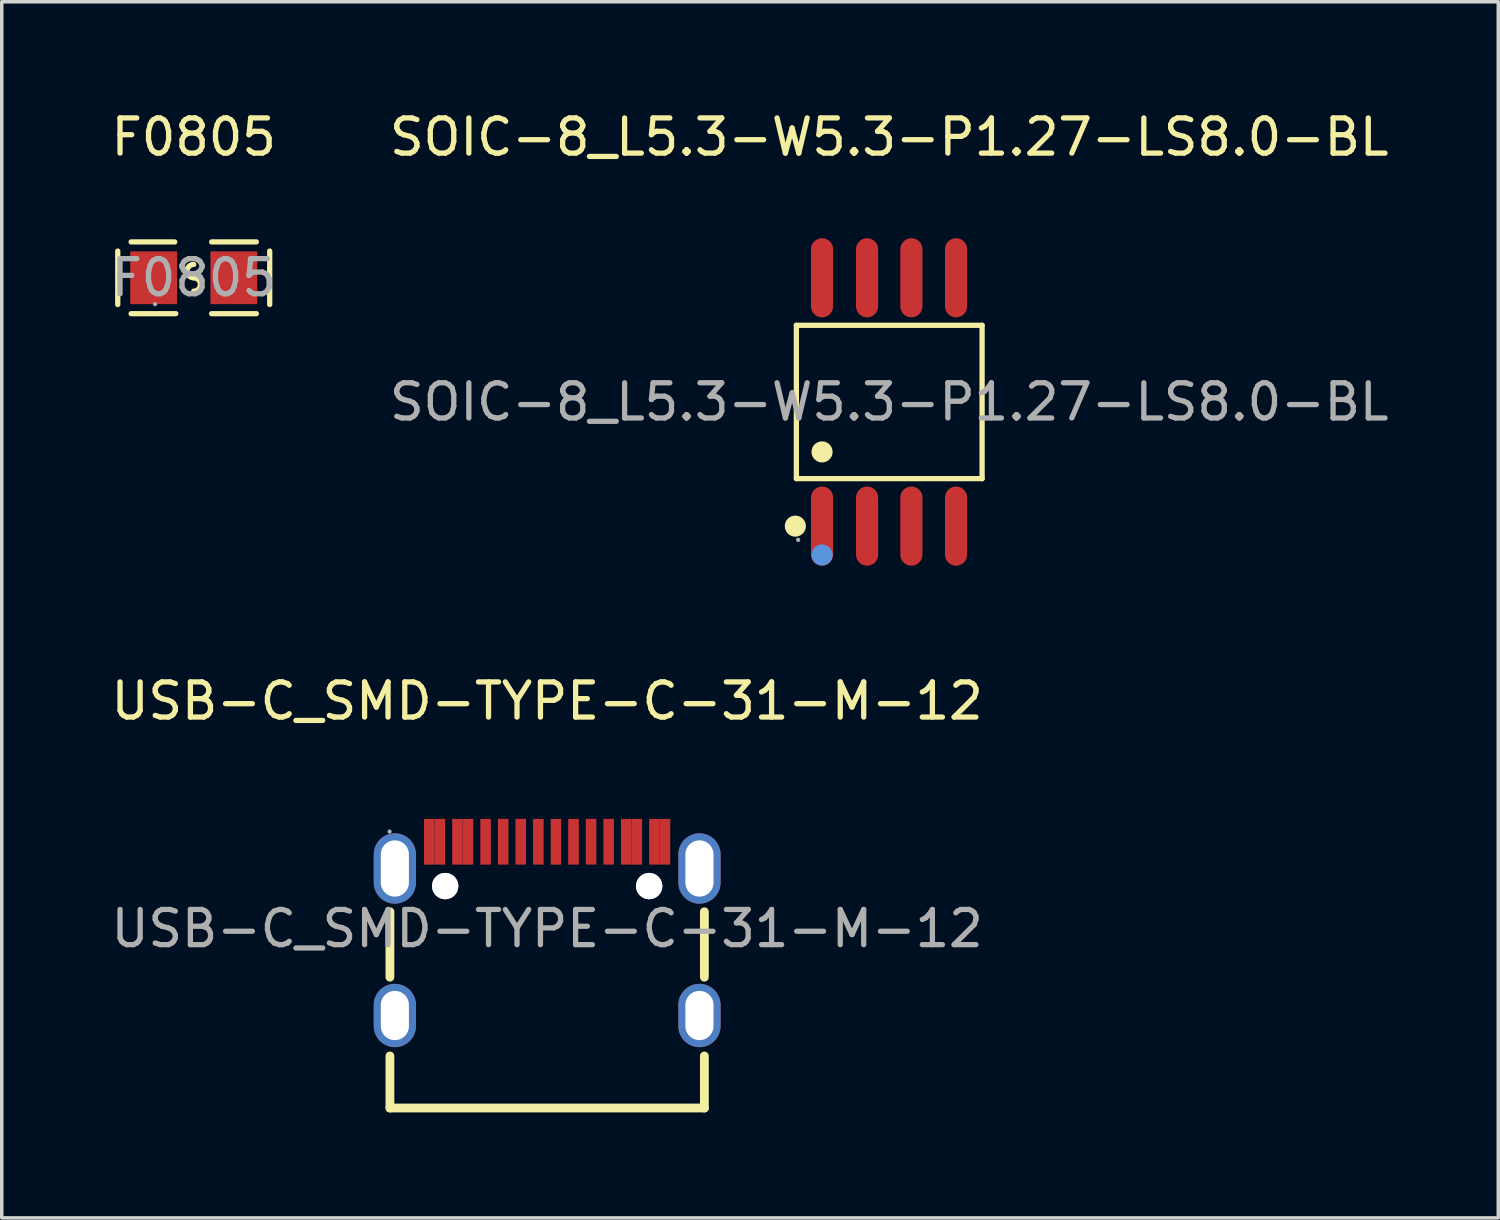
<source format=kicad_pcb>
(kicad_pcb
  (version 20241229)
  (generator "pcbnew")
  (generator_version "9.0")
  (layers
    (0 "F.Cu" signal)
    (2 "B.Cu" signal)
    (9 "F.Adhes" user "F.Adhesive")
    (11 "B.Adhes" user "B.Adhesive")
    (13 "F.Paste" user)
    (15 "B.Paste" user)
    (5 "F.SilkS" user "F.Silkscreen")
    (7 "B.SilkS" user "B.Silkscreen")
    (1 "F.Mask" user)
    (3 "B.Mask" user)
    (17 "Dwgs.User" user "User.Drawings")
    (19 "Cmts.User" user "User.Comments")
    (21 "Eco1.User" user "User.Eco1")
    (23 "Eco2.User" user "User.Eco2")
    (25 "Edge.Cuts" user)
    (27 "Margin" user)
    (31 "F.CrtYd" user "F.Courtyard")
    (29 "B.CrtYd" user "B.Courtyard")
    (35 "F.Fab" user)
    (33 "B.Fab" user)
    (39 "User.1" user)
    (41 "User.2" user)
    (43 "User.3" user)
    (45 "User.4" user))
  (footprint "F0805"
    (layer "F.Cu")
    (at 2.458 4.848)
    (property "Reference" "F0805" (at 0 -4 0) (layer "F.SilkS") (effects (font (size 1 1) (thickness 0.15))))
    (attr smd)
    (fp_line (start -2.16 -0.76) (end -2.16 0.76) (stroke (width 0.15) (type solid)) (layer "F.SilkS"))
    (fp_line (start -1.78 -1.02) (end -0.54 -1.02) (stroke (width 0.15) (type solid)) (layer "F.SilkS"))
    (fp_line (start -0.51 1.02) (end -1.78 1.02) (stroke (width 0.15) (type solid)) (layer "F.SilkS"))
    (fp_line (start 0.51 1.02) (end 1.78 1.02) (stroke (width 0.15) (type solid)) (layer "F.SilkS"))
    (fp_line (start 1.78 -1.02) (end 0.51 -1.02) (stroke (width 0.15) (type solid)) (layer "F.SilkS"))
    (fp_line (start 2.16 -0.76) (end 2.16 0.76) (stroke (width 0.15) (type solid)) (layer "F.SilkS"))
    (fp_arc (start 0 0) (mid -0.19 -0.19) (end 0 -0.38) (stroke (width 0.15) (type solid)) (layer "F.SilkS"))
    (fp_arc (start 0 0) (mid 0.19 0.19) (end 0 0.38) (stroke (width 0.15) (type solid)) (layer "F.SilkS"))
    (fp_circle (center -1.1 0.75) (end -1.07 0.75) (stroke (width 0.06) (type solid)) (fill no) (layer "F.Fab"))
    (fp_text user "${REFERENCE}" (at 0 0 0) (layer "F.Fab") (effects (font (size 1 1) (thickness 0.15))))
    (pad "1" smd rect (at -1.14 0) (size 1.33 1.5) (layers "F.Cu" "F.Mask" "F.Paste"))
    (pad "2" smd rect (at 1.14 0) (size 1.33 1.5) (layers "F.Cu" "F.Mask" "F.Paste")))
  (footprint "SOIC-8_L5.3-W5.3-P1.27-LS8.0-BL"
    (layer "F.Cu")
    (at 22.232 8.378)
    (property "Reference" "SOIC-8_L5.3-W5.3-P1.27-LS8.0-BL" (at 0 -7.53 0) (layer "F.SilkS") (effects (font (size 1 1) (thickness 0.15))))
    (attr smd)
    (fp_line (start -2.64 -2.18) (end 2.64 -2.18) (stroke (width 0.15) (type solid)) (layer "F.SilkS"))
    (fp_line (start -2.64 2.18) (end -2.64 -2.18) (stroke (width 0.15) (type solid)) (layer "F.SilkS"))
    (fp_line (start 2.64 -2.18) (end 2.64 2.18) (stroke (width 0.15) (type solid)) (layer "F.SilkS"))
    (fp_line (start 2.64 2.18) (end -2.64 2.18) (stroke (width 0.15) (type solid)) (layer "F.SilkS"))
    (fp_circle (center -2.67 3.53) (end -2.52 3.53) (stroke (width 0.3) (type solid)) (fill no) (layer "F.SilkS"))
    (fp_circle (center -1.91 1.42) (end -1.76 1.42) (stroke (width 0.3) (type solid)) (fill no) (layer "F.SilkS"))
    (fp_circle (center -1.91 4.35) (end -1.76 4.35) (stroke (width 0.3) (type solid)) (fill no) (layer "Cmts.User"))
    (fp_circle (center -2.59 3.92) (end -2.56 3.92) (stroke (width 0.06) (type solid)) (fill no) (layer "F.Fab"))
    (fp_text user "${REFERENCE}" (at 0 0 0) (layer "F.Fab") (effects (font (size 1 1) (thickness 0.15))))
    (pad "1" smd oval (at -1.91 3.53) (size 0.63 2.25) (layers "F.Cu" "F.Mask" "F.Paste"))
    (pad "2" smd oval (at -0.63 3.53) (size 0.63 2.25) (layers "F.Cu" "F.Mask" "F.Paste"))
    (pad "3" smd oval (at 0.63 3.53) (size 0.63 2.25) (layers "F.Cu" "F.Mask" "F.Paste"))
    (pad "4" smd oval (at 1.9 3.53) (size 0.63 2.25) (layers "F.Cu" "F.Mask" "F.Paste"))
    (pad "5" smd oval (at 1.9 -3.53) (size 0.63 2.25) (layers "F.Cu" "F.Mask" "F.Paste"))
    (pad "6" smd oval (at 0.63 -3.53) (size 0.63 2.25) (layers "F.Cu" "F.Mask" "F.Paste"))
    (pad "7" smd oval (at -0.63 -3.53) (size 0.63 2.25) (layers "F.Cu" "F.Mask" "F.Paste"))
    (pad "8" smd oval (at -1.91 -3.53) (size 0.63 2.25) (layers "F.Cu" "F.Mask" "F.Paste")))
  (footprint "USB-C_SMD-TYPE-C-31-M-12"
    (layer "F.Cu")
    (at 12.506 23.352)
    (property "Reference" "USB-C_SMD-TYPE-C-31-M-12" (at 0 -6.47 0) (layer "F.SilkS") (effects (font (size 1 1) (thickness 0.15))))
    (attr smd)
    (fp_line (start -4.47 1.38) (end -4.47 -0.48) (stroke (width 0.25) (type solid)) (layer "F.SilkS"))
    (fp_line (start -4.47 5.1) (end -4.47 3.62) (stroke (width 0.25) (type solid)) (layer "F.SilkS"))
    (fp_line (start 4.47 1.38) (end 4.47 -0.48) (stroke (width 0.25) (type solid)) (layer "F.SilkS"))
    (fp_line (start 4.47 5.1) (end -4.47 5.1) (stroke (width 0.25) (type solid)) (layer "F.SilkS"))
    (fp_line (start 4.47 5.1) (end 4.47 3.62) (stroke (width 0.25) (type solid)) (layer "F.SilkS"))
    (fp_circle (center -2.9 -1.21) (end -2.78 -1.21) (stroke (width 0.25) (type solid)) (fill no) (layer "Cmts.User"))
    (fp_circle (center 2.9 -1.21) (end 3.02 -1.21) (stroke (width 0.25) (type solid)) (fill no) (layer "Cmts.User"))
    (fp_circle (center -4.48 -2.76) (end -4.45 -2.76) (stroke (width 0.06) (type solid)) (fill no) (layer "F.Fab"))
    (fp_text user "${REFERENCE}" (at 0 0 0) (layer "F.Fab") (effects (font (size 1 1) (thickness 0.15))))
    (pad "" thru_hole circle (at -2.9 -1.21) (size 0.75 0.75) (drill 0.75) (layers "*.Cu" "*.Mask"))
    (pad "" thru_hole circle (at 2.9 -1.21) (size 0.75 0.75) (drill 0.75) (layers "*.Cu" "*.Mask"))
    (pad "0" thru_hole oval (at -4.33 -1.71) (size 1.2 2) (drill oval 0.8 1.6) (layers "*.Cu" "*.Mask"))
    (pad "0" thru_hole oval (at -4.33 2.47) (size 1.2 1.8) (drill oval 0.8 1.4) (layers "*.Cu" "*.Mask"))
    (pad "0" thru_hole oval (at 4.33 -1.71) (size 1.2 2) (drill oval 0.8 1.6) (layers "*.Cu" "*.Mask"))
    (pad "0" thru_hole oval (at 4.33 2.47) (size 1.2 1.8) (drill oval 0.8 1.4) (layers "*.Cu" "*.Mask"))
    (pad "A1" smd rect (at -3.35 -2.47) (size 0.3 1.3) (layers "F.Cu" "F.Mask" "F.Paste"))
    (pad "A4" smd rect (at -2.55 -2.47) (size 0.3 1.3) (layers "F.Cu" "F.Mask" "F.Paste"))
    (pad "A5" smd rect (at -1.25 -2.47) (size 0.3 1.3) (layers "F.Cu" "F.Mask" "F.Paste"))
    (pad "A6" smd rect (at -0.25 -2.47) (size 0.3 1.3) (layers "F.Cu" "F.Mask" "F.Paste"))
    (pad "A7" smd rect (at 0.25 -2.47) (size 0.3 1.3) (layers "F.Cu" "F.Mask" "F.Paste"))
    (pad "A8" smd rect (at 1.25 -2.47) (size 0.3 1.3) (layers "F.Cu" "F.Mask" "F.Paste"))
    (pad "A9" smd rect (at 2.55 -2.47) (size 0.3 1.3) (layers "F.Cu" "F.Mask" "F.Paste"))
    (pad "A12" smd rect (at 3.35 -2.47) (size 0.3 1.3) (layers "F.Cu" "F.Mask" "F.Paste"))
    (pad "B1" smd rect (at 3.05 -2.47) (size 0.3 1.3) (layers "F.Cu" "F.Mask" "F.Paste"))
    (pad "B4" smd rect (at 2.25 -2.47) (size 0.3 1.3) (layers "F.Cu" "F.Mask" "F.Paste"))
    (pad "B5" smd rect (at 1.75 -2.47) (size 0.3 1.3) (layers "F.Cu" "F.Mask" "F.Paste"))
    (pad "B6" smd rect (at 0.75 -2.47) (size 0.3 1.3) (layers "F.Cu" "F.Mask" "F.Paste"))
    (pad "B7" smd rect (at -0.75 -2.47) (size 0.3 1.3) (layers "F.Cu" "F.Mask" "F.Paste"))
    (pad "B8" smd rect (at -1.75 -2.47) (size 0.3 1.3) (layers "F.Cu" "F.Mask" "F.Paste"))
    (pad "B9" smd rect (at -2.25 -2.47) (size 0.3 1.3) (layers "F.Cu" "F.Mask" "F.Paste"))
    (pad "B12" smd rect (at -3.05 -2.47) (size 0.3 1.3) (layers "F.Cu" "F.Mask" "F.Paste")))
  (gr_rect
    (start -3 -3)
    (end 39.548 31.576)
    (stroke (width 0.1) (type default))
    (fill no)
    (layer "Edge.Cuts")))
</source>
